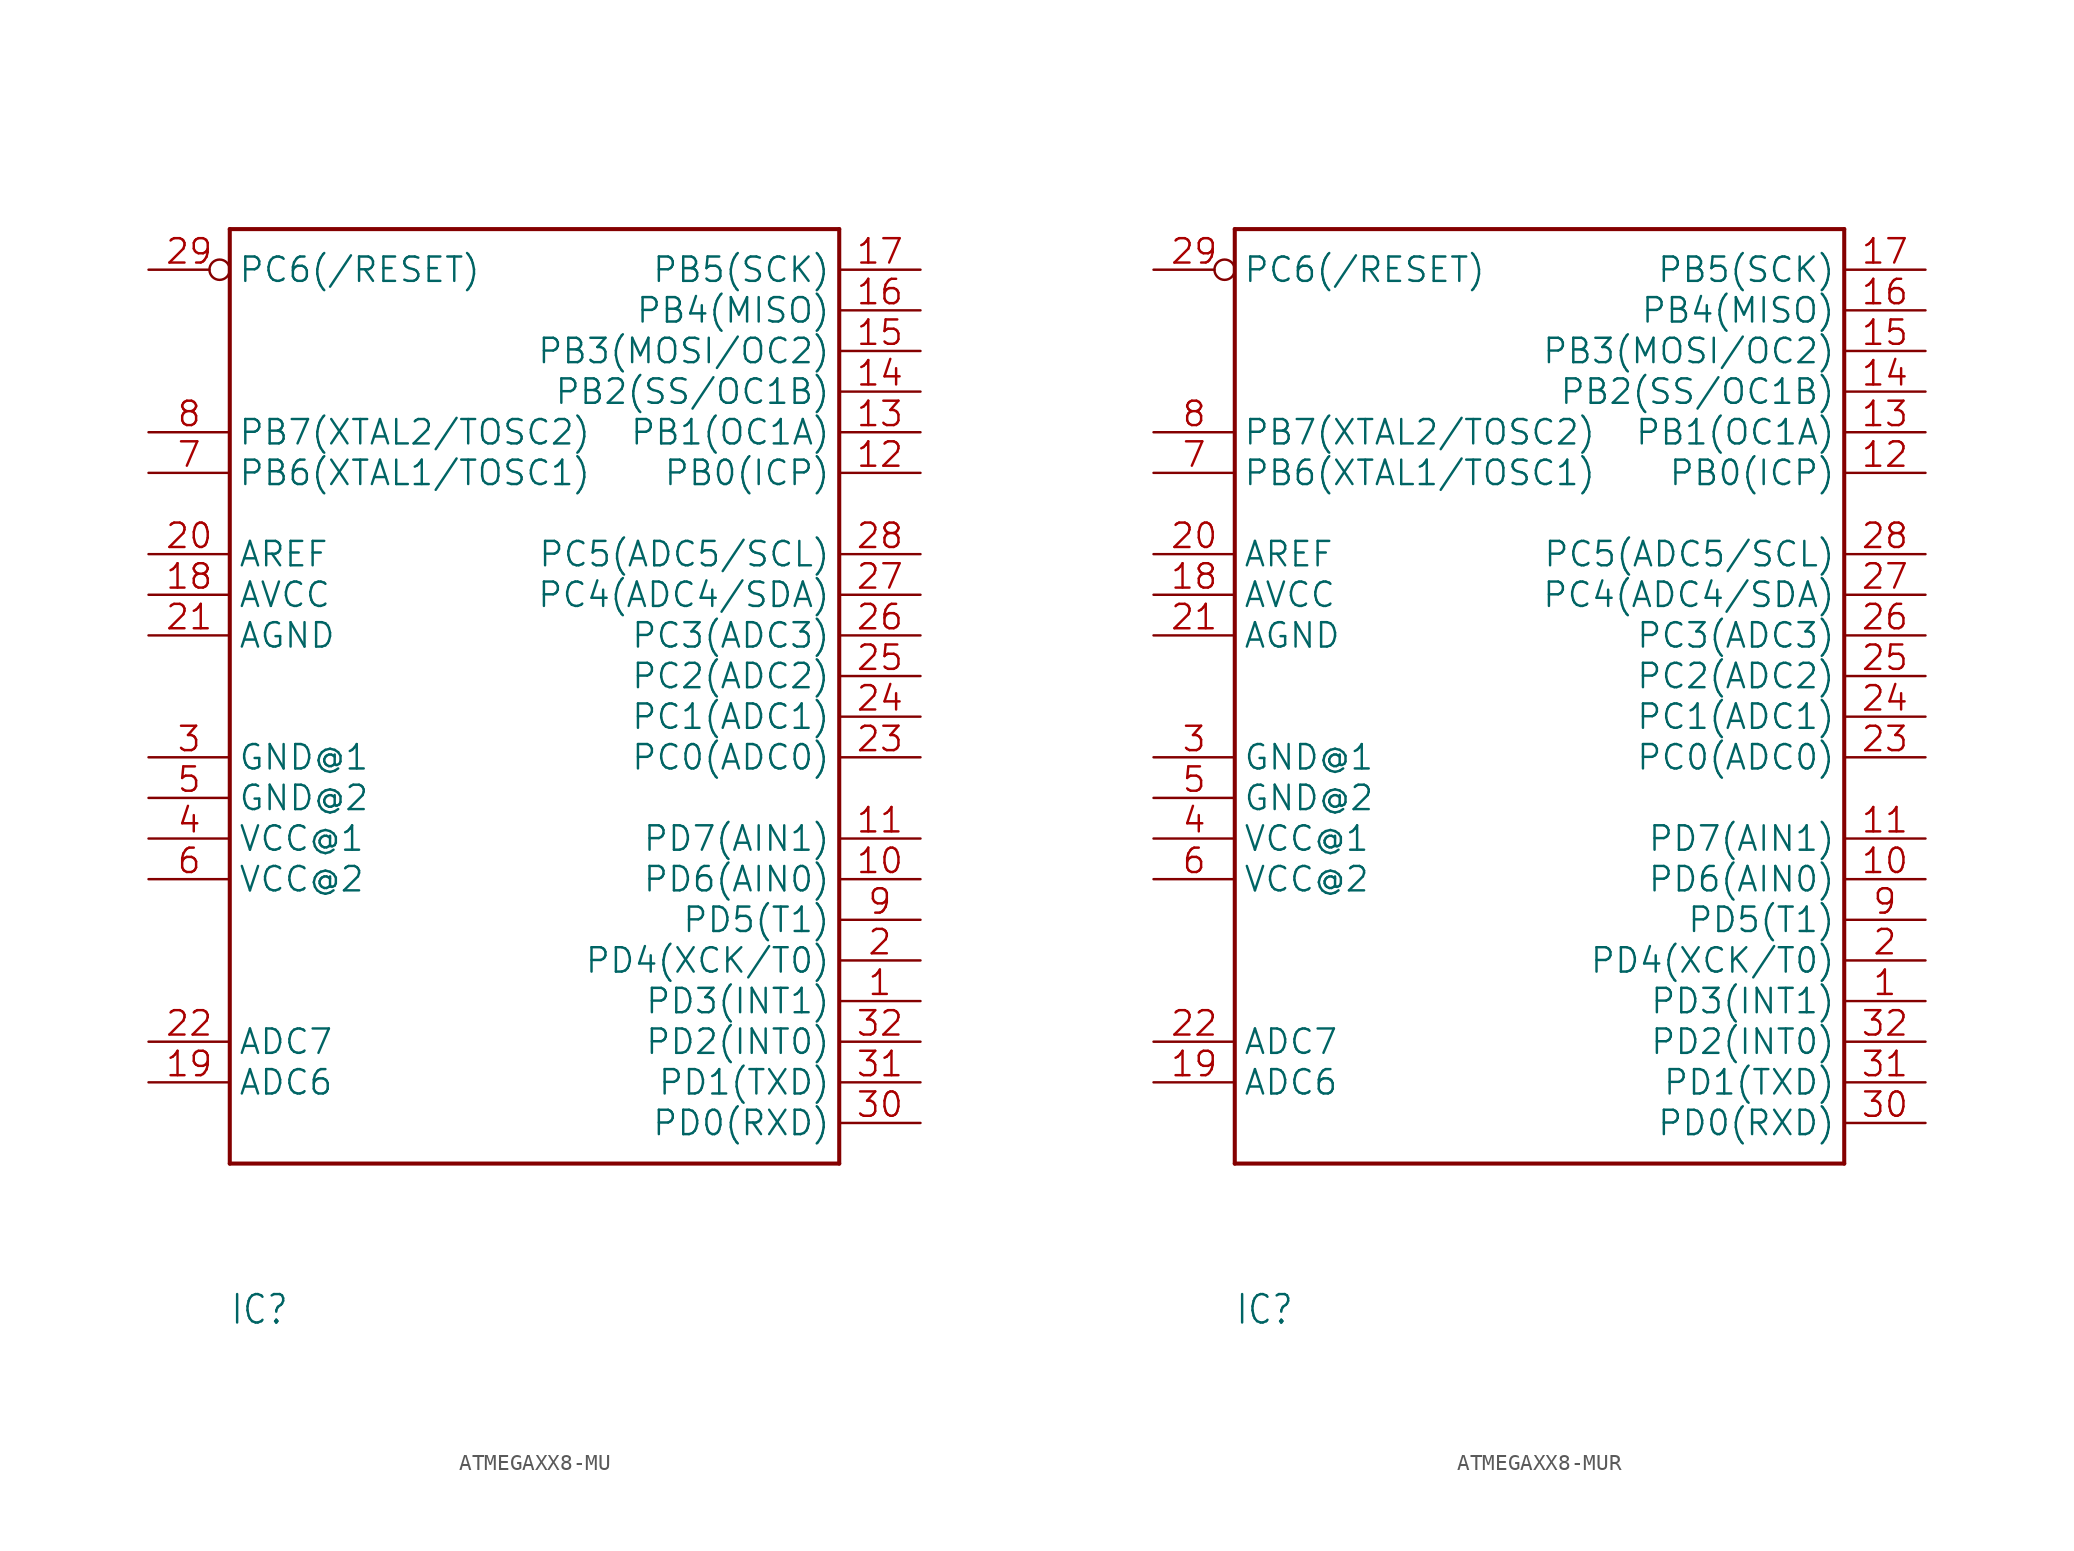
<source format=kicad_sym>
(kicad_symbol_lib
  (version 20241209)
  (generator "kicad_symbol_editor")
  (generator_version "9.0")
  (symbol "ATMEGAXX8-MU"
    (property "Reference" "IC"
      (at -17.78 -40.64 0)
      (effects (font (size 1.778 1.511)) (justify left bottom)))
    (property "Value" ""
      (at -5.08 30.48 0)
      (effects (font (size 1.778 1.511)) (justify left bottom)))
    (property "ki_locked" ""
      (at 0 0 0)
      (effects (font (size 1.27 1.27))))
    (symbol "ATMEGAXX8-MU_1_0"
      (polyline (pts (xy -17.78 27.94) (xy 20.32 27.94)) (stroke (width 0.254) (type solid)) (fill (type none)))
      (polyline (pts (xy -17.78 -30.48) (xy -17.78 27.94)) (stroke (width 0.254) (type solid)) (fill (type none)))
      (polyline (pts (xy 20.32 27.94) (xy 20.32 -30.48)) (stroke (width 0.254) (type solid)) (fill (type none)))
      (polyline (pts (xy 20.32 -30.48) (xy -17.78 -30.48)) (stroke (width 0.254) (type solid)) (fill (type none)))
      (pin bidirectional inverted (at -22.86 25.4 0) (length 5.08) (name "PC6(/RESET)" (effects (font (size 1.524 1.524)))) (number "29" (effects (font (size 1.524 1.524)))))
      (pin bidirectional line (at -22.86 15.24 0) (length 5.08) (name "PB7(XTAL2/TOSC2)" (effects (font (size 1.524 1.524)))) (number "8" (effects (font (size 1.524 1.524)))))
      (pin bidirectional line (at -22.86 12.7 0) (length 5.08) (name "PB6(XTAL1/TOSC1)" (effects (font (size 1.524 1.524)))) (number "7" (effects (font (size 1.524 1.524)))))
      (pin bidirectional line (at -22.86 7.62 0) (length 5.08) (name "AREF" (effects (font (size 1.524 1.524)))) (number "20" (effects (font (size 1.524 1.524)))))
      (pin bidirectional line (at -22.86 5.08 0) (length 5.08) (name "AVCC" (effects (font (size 1.524 1.524)))) (number "18" (effects (font (size 1.524 1.524)))))
      (pin bidirectional line (at -22.86 2.54 0) (length 5.08) (name "AGND" (effects (font (size 1.524 1.524)))) (number "21" (effects (font (size 1.524 1.524)))))
      (pin bidirectional line (at -22.86 -5.08 0) (length 5.08) (name "GND@1" (effects (font (size 1.524 1.524)))) (number "3" (effects (font (size 1.524 1.524)))))
      (pin bidirectional line (at -22.86 -7.62 0) (length 5.08) (name "GND@2" (effects (font (size 1.524 1.524)))) (number "5" (effects (font (size 1.524 1.524)))))
      (pin bidirectional line (at -22.86 -10.16 0) (length 5.08) (name "VCC@1" (effects (font (size 1.524 1.524)))) (number "4" (effects (font (size 1.524 1.524)))))
      (pin bidirectional line (at -22.86 -12.7 0) (length 5.08) (name "VCC@2" (effects (font (size 1.524 1.524)))) (number "6" (effects (font (size 1.524 1.524)))))
      (pin bidirectional line (at -22.86 -22.86 0) (length 5.08) (name "ADC7" (effects (font (size 1.524 1.524)))) (number "22" (effects (font (size 1.524 1.524)))))
      (pin bidirectional line (at -22.86 -25.4 0) (length 5.08) (name "ADC6" (effects (font (size 1.524 1.524)))) (number "19" (effects (font (size 1.524 1.524)))))
      (pin bidirectional line (at 25.4 25.4 180) (length 5.08) (name "PB5(SCK)" (effects (font (size 1.524 1.524)))) (number "17" (effects (font (size 1.524 1.524)))))
      (pin bidirectional line (at 25.4 22.86 180) (length 5.08) (name "PB4(MISO)" (effects (font (size 1.524 1.524)))) (number "16" (effects (font (size 1.524 1.524)))))
      (pin bidirectional line (at 25.4 20.32 180) (length 5.08) (name "PB3(MOSI/OC2)" (effects (font (size 1.524 1.524)))) (number "15" (effects (font (size 1.524 1.524)))))
      (pin bidirectional line (at 25.4 17.78 180) (length 5.08) (name "PB2(SS/OC1B)" (effects (font (size 1.524 1.524)))) (number "14" (effects (font (size 1.524 1.524)))))
      (pin bidirectional line (at 25.4 15.24 180) (length 5.08) (name "PB1(OC1A)" (effects (font (size 1.524 1.524)))) (number "13" (effects (font (size 1.524 1.524)))))
      (pin bidirectional line (at 25.4 12.7 180) (length 5.08) (name "PB0(ICP)" (effects (font (size 1.524 1.524)))) (number "12" (effects (font (size 1.524 1.524)))))
      (pin bidirectional line (at 25.4 7.62 180) (length 5.08) (name "PC5(ADC5/SCL)" (effects (font (size 1.524 1.524)))) (number "28" (effects (font (size 1.524 1.524)))))
      (pin bidirectional line (at 25.4 5.08 180) (length 5.08) (name "PC4(ADC4/SDA)" (effects (font (size 1.524 1.524)))) (number "27" (effects (font (size 1.524 1.524)))))
      (pin bidirectional line (at 25.4 2.54 180) (length 5.08) (name "PC3(ADC3)" (effects (font (size 1.524 1.524)))) (number "26" (effects (font (size 1.524 1.524)))))
      (pin bidirectional line (at 25.4 0 180) (length 5.08) (name "PC2(ADC2)" (effects (font (size 1.524 1.524)))) (number "25" (effects (font (size 1.524 1.524)))))
      (pin bidirectional line (at 25.4 -2.54 180) (length 5.08) (name "PC1(ADC1)" (effects (font (size 1.524 1.524)))) (number "24" (effects (font (size 1.524 1.524)))))
      (pin bidirectional line (at 25.4 -5.08 180) (length 5.08) (name "PC0(ADC0)" (effects (font (size 1.524 1.524)))) (number "23" (effects (font (size 1.524 1.524)))))
      (pin bidirectional line (at 25.4 -10.16 180) (length 5.08) (name "PD7(AIN1)" (effects (font (size 1.524 1.524)))) (number "11" (effects (font (size 1.524 1.524)))))
      (pin bidirectional line (at 25.4 -12.7 180) (length 5.08) (name "PD6(AIN0)" (effects (font (size 1.524 1.524)))) (number "10" (effects (font (size 1.524 1.524)))))
      (pin bidirectional line (at 25.4 -15.24 180) (length 5.08) (name "PD5(T1)" (effects (font (size 1.524 1.524)))) (number "9" (effects (font (size 1.524 1.524)))))
      (pin bidirectional line (at 25.4 -17.78 180) (length 5.08) (name "PD4(XCK/T0)" (effects (font (size 1.524 1.524)))) (number "2" (effects (font (size 1.524 1.524)))))
      (pin bidirectional line (at 25.4 -20.32 180) (length 5.08) (name "PD3(INT1)" (effects (font (size 1.524 1.524)))) (number "1" (effects (font (size 1.524 1.524)))))
      (pin bidirectional line (at 25.4 -22.86 180) (length 5.08) (name "PD2(INT0)" (effects (font (size 1.524 1.524)))) (number "32" (effects (font (size 1.524 1.524)))))
      (pin bidirectional line (at 25.4 -25.4 180) (length 5.08) (name "PD1(TXD)" (effects (font (size 1.524 1.524)))) (number "31" (effects (font (size 1.524 1.524)))))
      (pin bidirectional line (at 25.4 -27.94 180) (length 5.08) (name "PD0(RXD)" (effects (font (size 1.524 1.524)))) (number "30" (effects (font (size 1.524 1.524)))))))
  (symbol "ATMEGAXX8-MUR"
    (property "Reference" "IC"
      (at -17.78 -40.64 0)
      (effects (font (size 1.778 1.511)) (justify left bottom)))
    (property "Value" ""
      (at -5.08 30.48 0)
      (effects (font (size 1.778 1.511)) (justify left bottom)))
    (property "ki_locked" ""
      (at 0 0 0)
      (effects (font (size 1.27 1.27))))
    (symbol "ATMEGAXX8-MUR_1_0"
      (polyline (pts (xy -17.78 27.94) (xy 20.32 27.94)) (stroke (width 0.254) (type solid)) (fill (type none)))
      (polyline (pts (xy -17.78 -30.48) (xy -17.78 27.94)) (stroke (width 0.254) (type solid)) (fill (type none)))
      (polyline (pts (xy 20.32 27.94) (xy 20.32 -30.48)) (stroke (width 0.254) (type solid)) (fill (type none)))
      (polyline (pts (xy 20.32 -30.48) (xy -17.78 -30.48)) (stroke (width 0.254) (type solid)) (fill (type none)))
      (pin bidirectional inverted (at -22.86 25.4 0) (length 5.08) (name "PC6(/RESET)" (effects (font (size 1.524 1.524)))) (number "29" (effects (font (size 1.524 1.524)))))
      (pin bidirectional line (at -22.86 15.24 0) (length 5.08) (name "PB7(XTAL2/TOSC2)" (effects (font (size 1.524 1.524)))) (number "8" (effects (font (size 1.524 1.524)))))
      (pin bidirectional line (at -22.86 12.7 0) (length 5.08) (name "PB6(XTAL1/TOSC1)" (effects (font (size 1.524 1.524)))) (number "7" (effects (font (size 1.524 1.524)))))
      (pin bidirectional line (at -22.86 7.62 0) (length 5.08) (name "AREF" (effects (font (size 1.524 1.524)))) (number "20" (effects (font (size 1.524 1.524)))))
      (pin bidirectional line (at -22.86 5.08 0) (length 5.08) (name "AVCC" (effects (font (size 1.524 1.524)))) (number "18" (effects (font (size 1.524 1.524)))))
      (pin bidirectional line (at -22.86 2.54 0) (length 5.08) (name "AGND" (effects (font (size 1.524 1.524)))) (number "21" (effects (font (size 1.524 1.524)))))
      (pin bidirectional line (at -22.86 -5.08 0) (length 5.08) (name "GND@1" (effects (font (size 1.524 1.524)))) (number "3" (effects (font (size 1.524 1.524)))))
      (pin bidirectional line (at -22.86 -7.62 0) (length 5.08) (name "GND@2" (effects (font (size 1.524 1.524)))) (number "5" (effects (font (size 1.524 1.524)))))
      (pin bidirectional line (at -22.86 -10.16 0) (length 5.08) (name "VCC@1" (effects (font (size 1.524 1.524)))) (number "4" (effects (font (size 1.524 1.524)))))
      (pin bidirectional line (at -22.86 -12.7 0) (length 5.08) (name "VCC@2" (effects (font (size 1.524 1.524)))) (number "6" (effects (font (size 1.524 1.524)))))
      (pin bidirectional line (at -22.86 -22.86 0) (length 5.08) (name "ADC7" (effects (font (size 1.524 1.524)))) (number "22" (effects (font (size 1.524 1.524)))))
      (pin bidirectional line (at -22.86 -25.4 0) (length 5.08) (name "ADC6" (effects (font (size 1.524 1.524)))) (number "19" (effects (font (size 1.524 1.524)))))
      (pin bidirectional line (at 25.4 25.4 180) (length 5.08) (name "PB5(SCK)" (effects (font (size 1.524 1.524)))) (number "17" (effects (font (size 1.524 1.524)))))
      (pin bidirectional line (at 25.4 22.86 180) (length 5.08) (name "PB4(MISO)" (effects (font (size 1.524 1.524)))) (number "16" (effects (font (size 1.524 1.524)))))
      (pin bidirectional line (at 25.4 20.32 180) (length 5.08) (name "PB3(MOSI/OC2)" (effects (font (size 1.524 1.524)))) (number "15" (effects (font (size 1.524 1.524)))))
      (pin bidirectional line (at 25.4 17.78 180) (length 5.08) (name "PB2(SS/OC1B)" (effects (font (size 1.524 1.524)))) (number "14" (effects (font (size 1.524 1.524)))))
      (pin bidirectional line (at 25.4 15.24 180) (length 5.08) (name "PB1(OC1A)" (effects (font (size 1.524 1.524)))) (number "13" (effects (font (size 1.524 1.524)))))
      (pin bidirectional line (at 25.4 12.7 180) (length 5.08) (name "PB0(ICP)" (effects (font (size 1.524 1.524)))) (number "12" (effects (font (size 1.524 1.524)))))
      (pin bidirectional line (at 25.4 7.62 180) (length 5.08) (name "PC5(ADC5/SCL)" (effects (font (size 1.524 1.524)))) (number "28" (effects (font (size 1.524 1.524)))))
      (pin bidirectional line (at 25.4 5.08 180) (length 5.08) (name "PC4(ADC4/SDA)" (effects (font (size 1.524 1.524)))) (number "27" (effects (font (size 1.524 1.524)))))
      (pin bidirectional line (at 25.4 2.54 180) (length 5.08) (name "PC3(ADC3)" (effects (font (size 1.524 1.524)))) (number "26" (effects (font (size 1.524 1.524)))))
      (pin bidirectional line (at 25.4 0 180) (length 5.08) (name "PC2(ADC2)" (effects (font (size 1.524 1.524)))) (number "25" (effects (font (size 1.524 1.524)))))
      (pin bidirectional line (at 25.4 -2.54 180) (length 5.08) (name "PC1(ADC1)" (effects (font (size 1.524 1.524)))) (number "24" (effects (font (size 1.524 1.524)))))
      (pin bidirectional line (at 25.4 -5.08 180) (length 5.08) (name "PC0(ADC0)" (effects (font (size 1.524 1.524)))) (number "23" (effects (font (size 1.524 1.524)))))
      (pin bidirectional line (at 25.4 -10.16 180) (length 5.08) (name "PD7(AIN1)" (effects (font (size 1.524 1.524)))) (number "11" (effects (font (size 1.524 1.524)))))
      (pin bidirectional line (at 25.4 -12.7 180) (length 5.08) (name "PD6(AIN0)" (effects (font (size 1.524 1.524)))) (number "10" (effects (font (size 1.524 1.524)))))
      (pin bidirectional line (at 25.4 -15.24 180) (length 5.08) (name "PD5(T1)" (effects (font (size 1.524 1.524)))) (number "9" (effects (font (size 1.524 1.524)))))
      (pin bidirectional line (at 25.4 -17.78 180) (length 5.08) (name "PD4(XCK/T0)" (effects (font (size 1.524 1.524)))) (number "2" (effects (font (size 1.524 1.524)))))
      (pin bidirectional line (at 25.4 -20.32 180) (length 5.08) (name "PD3(INT1)" (effects (font (size 1.524 1.524)))) (number "1" (effects (font (size 1.524 1.524)))))
      (pin bidirectional line (at 25.4 -22.86 180) (length 5.08) (name "PD2(INT0)" (effects (font (size 1.524 1.524)))) (number "32" (effects (font (size 1.524 1.524)))))
      (pin bidirectional line (at 25.4 -25.4 180) (length 5.08) (name "PD1(TXD)" (effects (font (size 1.524 1.524)))) (number "31" (effects (font (size 1.524 1.524)))))
      (pin bidirectional line (at 25.4 -27.94 180) (length 5.08) (name "PD0(RXD)" (effects (font (size 1.524 1.524)))) (number "30" (effects (font (size 1.524 1.524))))))))
</source>
